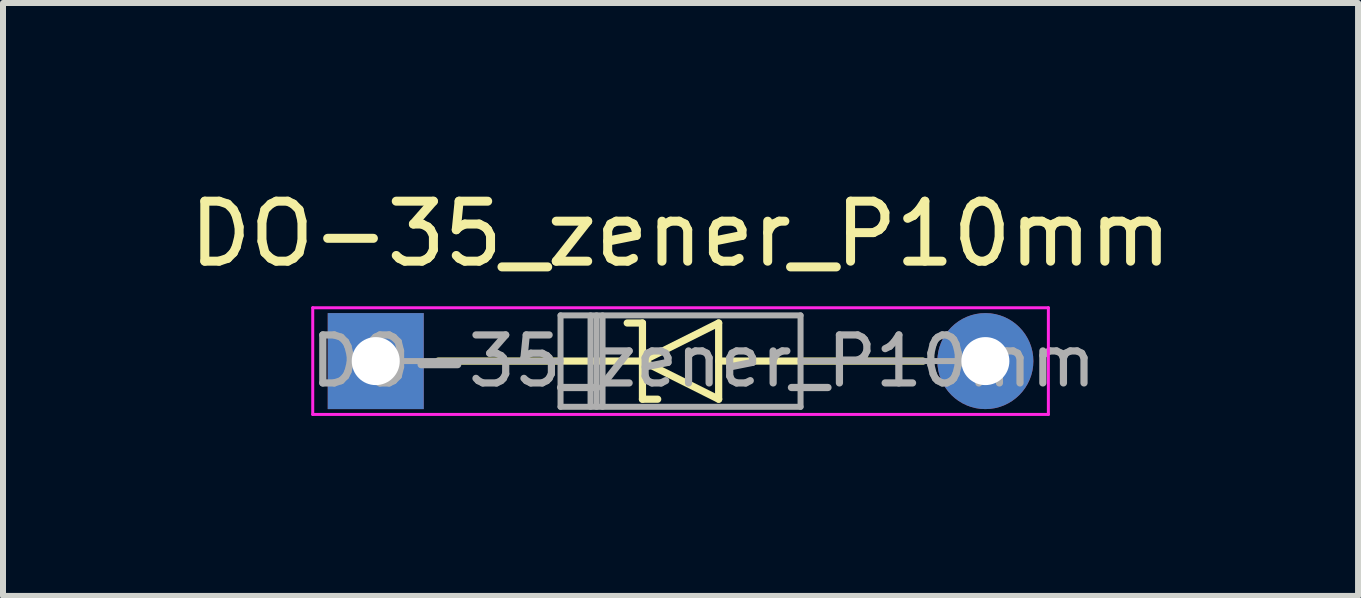
<source format=kicad_pcb>
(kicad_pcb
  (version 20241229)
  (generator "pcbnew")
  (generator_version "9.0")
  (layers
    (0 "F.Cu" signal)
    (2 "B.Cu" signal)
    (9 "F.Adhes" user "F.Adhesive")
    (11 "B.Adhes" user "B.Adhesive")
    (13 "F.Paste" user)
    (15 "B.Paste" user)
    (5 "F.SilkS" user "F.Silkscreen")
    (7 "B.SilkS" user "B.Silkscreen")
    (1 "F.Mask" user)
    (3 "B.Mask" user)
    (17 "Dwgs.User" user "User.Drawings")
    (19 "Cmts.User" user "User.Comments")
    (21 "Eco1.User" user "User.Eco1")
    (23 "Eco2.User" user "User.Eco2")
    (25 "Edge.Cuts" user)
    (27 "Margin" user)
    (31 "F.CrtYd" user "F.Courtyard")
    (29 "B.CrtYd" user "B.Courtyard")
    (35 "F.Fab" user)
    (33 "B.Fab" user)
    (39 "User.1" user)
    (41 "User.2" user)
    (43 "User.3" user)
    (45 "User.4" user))
  (footprint "DO-35_zener_P10mm"
    (layer "F.Cu")
    (at 3.212 2.968)
    (property "Reference" "DO-35_zener_P10mm" (at 5.08 -2.12 0) (layer "F.SilkS") (effects (font (size 1 1) (thickness 0.15))))
    (attr through_hole)
    (fp_line (start 1.04 0) (end 4.445 0) (stroke (width 0.12) (type solid)) (layer "F.SilkS"))
    (fp_line (start 4.445 -0.635) (end 4.191 -0.635) (stroke (width 0.12) (type solid)) (layer "F.SilkS"))
    (fp_line (start 4.445 -0.635) (end 4.445 0.635) (stroke (width 0.12) (type solid)) (layer "F.SilkS"))
    (fp_line (start 4.445 0) (end 5.715 0.635) (stroke (width 0.12) (type solid)) (layer "F.SilkS"))
    (fp_line (start 4.445 0.635) (end 4.699 0.635) (stroke (width 0.12) (type solid)) (layer "F.SilkS"))
    (fp_line (start 5.715 -0.635) (end 4.445 0) (stroke (width 0.12) (type solid)) (layer "F.SilkS"))
    (fp_line (start 5.715 0.635) (end 5.715 -0.635) (stroke (width 0.12) (type solid)) (layer "F.SilkS"))
    (fp_line (start 9.12 0) (end 5.715 0) (stroke (width 0.12) (type solid)) (layer "F.SilkS"))
    (fp_line (start -1.05 -0.889) (end -1.05 0.889) (stroke (width 0.05) (type solid)) (layer "F.CrtYd"))
    (fp_line (start -1.05 0.889) (end 11.21 0.889) (stroke (width 0.05) (type solid)) (layer "F.CrtYd"))
    (fp_line (start 11.21 -0.889) (end -1.05 -0.889) (stroke (width 0.05) (type solid)) (layer "F.CrtYd"))
    (fp_line (start 11.21 0.889) (end 11.21 -0.889) (stroke (width 0.05) (type solid)) (layer "F.CrtYd"))
    (fp_line (start 0 0) (end 3.08 0) (stroke (width 0.1) (type solid)) (layer "F.Fab"))
    (fp_line (start 3.08 -0.762) (end 3.08 0.762) (stroke (width 0.1) (type solid)) (layer "F.Fab"))
    (fp_line (start 3.08 0.762) (end 7.08 0.762) (stroke (width 0.1) (type solid)) (layer "F.Fab"))
    (fp_line (start 3.58 -0.762) (end 3.58 0.762) (stroke (width 0.1) (type solid)) (layer "F.Fab"))
    (fp_line (start 3.68 -0.762) (end 3.68 0.762) (stroke (width 0.1) (type solid)) (layer "F.Fab"))
    (fp_line (start 3.78 -0.762) (end 3.78 0.762) (stroke (width 0.1) (type solid)) (layer "F.Fab"))
    (fp_line (start 7.08 -0.762) (end 3.08 -0.762) (stroke (width 0.1) (type solid)) (layer "F.Fab"))
    (fp_line (start 7.08 0.762) (end 7.08 -0.762) (stroke (width 0.1) (type solid)) (layer "F.Fab"))
    (fp_line (start 10.16 0) (end 7.08 0) (stroke (width 0.1) (type solid)) (layer "F.Fab"))
    (fp_text user "${REFERENCE}" (at 5.461 0 0) (layer "F.Fab") (effects (font (size 0.8 0.8) (thickness 0.12))))
    (pad "1" thru_hole rect (at 0 0) (size 1.6 1.6) (drill 0.8) (layers "*.Cu" "*.Mask"))
    (pad "2" thru_hole oval (at 10.16 0) (size 1.6 1.6) (drill 0.8) (layers "*.Cu" "*.Mask")))
  (gr_rect
    (start -3 -3)
    (end 19.583 6.882)
    (stroke (width 0.1) (type default))
    (fill no)
    (layer "Edge.Cuts")))
</source>
